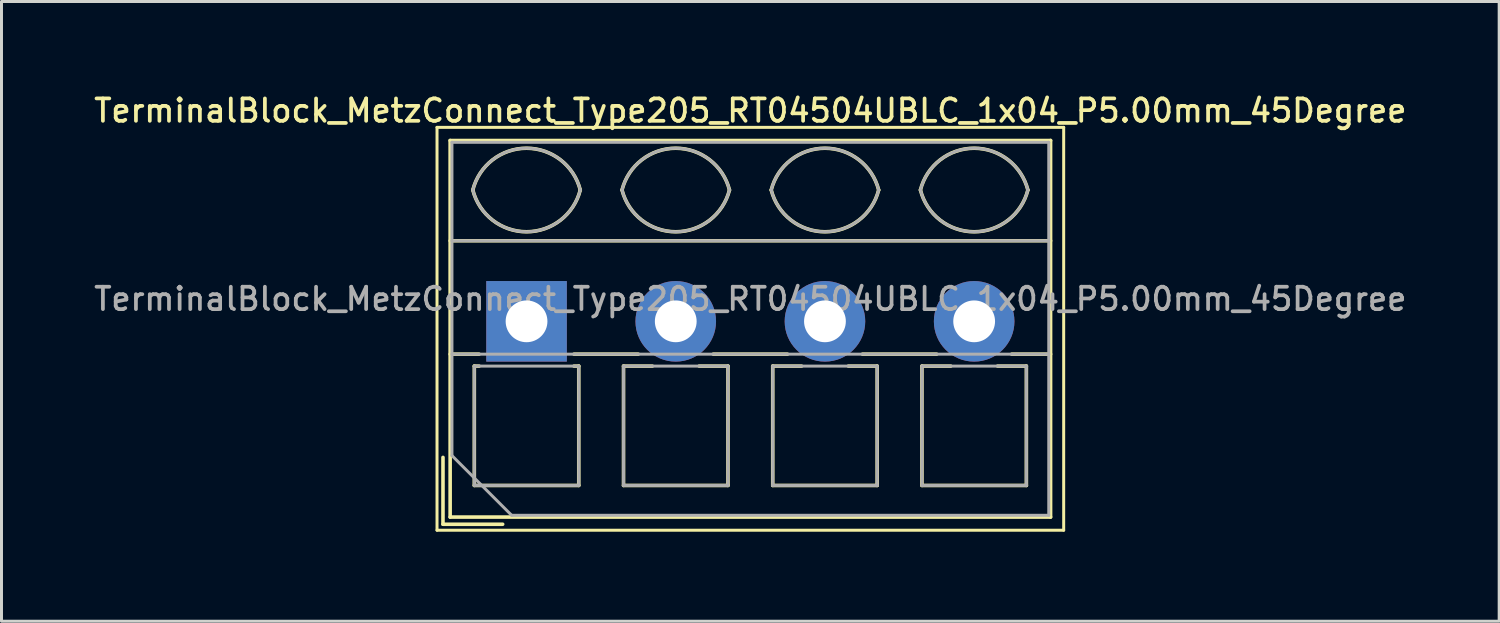
<source format=kicad_pcb>
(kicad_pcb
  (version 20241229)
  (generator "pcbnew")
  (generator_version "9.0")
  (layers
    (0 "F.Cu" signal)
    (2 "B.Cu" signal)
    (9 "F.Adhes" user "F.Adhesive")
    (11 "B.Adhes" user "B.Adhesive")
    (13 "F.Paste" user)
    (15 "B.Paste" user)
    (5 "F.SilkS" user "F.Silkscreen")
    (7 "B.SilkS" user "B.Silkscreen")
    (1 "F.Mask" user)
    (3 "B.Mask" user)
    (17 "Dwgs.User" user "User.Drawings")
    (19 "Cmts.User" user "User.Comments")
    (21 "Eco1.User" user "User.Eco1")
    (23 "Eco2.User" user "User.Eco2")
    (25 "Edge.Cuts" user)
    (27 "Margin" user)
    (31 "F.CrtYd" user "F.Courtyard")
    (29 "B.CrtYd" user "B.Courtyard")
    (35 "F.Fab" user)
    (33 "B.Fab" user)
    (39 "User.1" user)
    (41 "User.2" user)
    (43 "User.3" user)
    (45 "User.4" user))
  (footprint "TerminalBlock_MetzConnect_Type205_RT04504UBLC_1x04_P5.00mm_45Degree"
    (layer "F.Cu")
    (at 14.595 7.718)
    (property "Reference" "TerminalBlock_MetzConnect_Type205_RT04504UBLC_1x04_P5.00mm_45Degree" (at 7.5 -7.06 0) (layer "F.SilkS") (effects (font (size 0.75 0.75) (thickness 0.125))))
    (attr through_hole)
    (fp_line (start -3 -6.5) (end -3 7) (stroke (width 0.1) (type solid)) (layer "F.SilkS"))
    (fp_line (start -3 7) (end 18 7) (stroke (width 0.1) (type solid)) (layer "F.SilkS"))
    (fp_line (start -2.8 4.56) (end -2.8 6.8) (stroke (width 0.12) (type solid)) (layer "F.SilkS"))
    (fp_line (start -2.8 6.8) (end -0.8 6.8) (stroke (width 0.12) (type solid)) (layer "F.SilkS"))
    (fp_line (start -2.56 -6.06) (end -2.56 6.56) (stroke (width 0.12) (type solid)) (layer "F.SilkS"))
    (fp_line (start -2.56 -6.06) (end 17.561 -6.06) (stroke (width 0.12) (type solid)) (layer "F.SilkS"))
    (fp_line (start -2.56 -2.7) (end 17.561 -2.7) (stroke (width 0.12) (type solid)) (layer "F.SilkS"))
    (fp_line (start -2.56 1.1) (end -1.59 1.1) (stroke (width 0.12) (type solid)) (layer "F.SilkS"))
    (fp_line (start -2.56 6.56) (end 17.561 6.56) (stroke (width 0.12) (type solid)) (layer "F.SilkS"))
    (fp_line (start -1.75 1.5) (end -1.75 5.5) (stroke (width 0.12) (type solid)) (layer "F.SilkS"))
    (fp_line (start -1.75 1.5) (end -1.59 1.5) (stroke (width 0.12) (type solid)) (layer "F.SilkS"))
    (fp_line (start -1.75 5.5) (end 1.75 5.5) (stroke (width 0.12) (type solid)) (layer "F.SilkS"))
    (fp_line (start 1.59 1.1) (end 3.744 1.1) (stroke (width 0.12) (type solid)) (layer "F.SilkS"))
    (fp_line (start 1.59 1.5) (end 1.75 1.5) (stroke (width 0.12) (type solid)) (layer "F.SilkS"))
    (fp_line (start 1.75 1.5) (end 1.75 5.5) (stroke (width 0.12) (type solid)) (layer "F.SilkS"))
    (fp_line (start 3.25 1.5) (end 3.25 5.5) (stroke (width 0.12) (type solid)) (layer "F.SilkS"))
    (fp_line (start 3.25 1.5) (end 4.216 1.5) (stroke (width 0.12) (type solid)) (layer "F.SilkS"))
    (fp_line (start 3.25 5.5) (end 6.75 5.5) (stroke (width 0.12) (type solid)) (layer "F.SilkS"))
    (fp_line (start 5.785 1.5) (end 6.75 1.5) (stroke (width 0.12) (type solid)) (layer "F.SilkS"))
    (fp_line (start 6.257 1.1) (end 8.744 1.1) (stroke (width 0.12) (type solid)) (layer "F.SilkS"))
    (fp_line (start 6.75 1.5) (end 6.75 5.5) (stroke (width 0.12) (type solid)) (layer "F.SilkS"))
    (fp_line (start 8.25 1.5) (end 8.25 5.5) (stroke (width 0.12) (type solid)) (layer "F.SilkS"))
    (fp_line (start 8.25 1.5) (end 9.216 1.5) (stroke (width 0.12) (type solid)) (layer "F.SilkS"))
    (fp_line (start 8.25 5.5) (end 11.75 5.5) (stroke (width 0.12) (type solid)) (layer "F.SilkS"))
    (fp_line (start 10.785 1.5) (end 11.75 1.5) (stroke (width 0.12) (type solid)) (layer "F.SilkS"))
    (fp_line (start 11.257 1.1) (end 13.744 1.1) (stroke (width 0.12) (type solid)) (layer "F.SilkS"))
    (fp_line (start 11.75 1.5) (end 11.75 5.5) (stroke (width 0.12) (type solid)) (layer "F.SilkS"))
    (fp_line (start 13.25 1.5) (end 13.25 5.5) (stroke (width 0.12) (type solid)) (layer "F.SilkS"))
    (fp_line (start 13.25 1.5) (end 14.216 1.5) (stroke (width 0.12) (type solid)) (layer "F.SilkS"))
    (fp_line (start 13.25 5.5) (end 16.75 5.5) (stroke (width 0.12) (type solid)) (layer "F.SilkS"))
    (fp_line (start 15.785 1.5) (end 16.75 1.5) (stroke (width 0.12) (type solid)) (layer "F.SilkS"))
    (fp_line (start 16.257 1.1) (end 17.561 1.1) (stroke (width 0.12) (type solid)) (layer "F.SilkS"))
    (fp_line (start 16.75 1.5) (end 16.75 5.5) (stroke (width 0.12) (type solid)) (layer "F.SilkS"))
    (fp_line (start 17.561 -6.06) (end 17.561 6.56) (stroke (width 0.12) (type solid)) (layer "F.SilkS"))
    (fp_line (start 18 -6.5) (end -3 -6.5) (stroke (width 0.1) (type solid)) (layer "F.SilkS"))
    (fp_line (start 18 7) (end 18 -6.5) (stroke (width 0.1) (type solid)) (layer "F.SilkS"))
    (fp_arc (start -1.800846 -4.400605) (mid 0.000312 -5.801077) (end 1.801 -4.4) (stroke (width 0.12) (type solid)) (layer "F.SilkS"))
    (fp_arc (start 1.8 -4.4) (mid -0.000903 -3.000646) (end -1.800445 -4.401751) (stroke (width 0.12) (type solid)) (layer "F.SilkS"))
    (fp_arc (start 3.199154 -4.400605) (mid 5.000312 -5.801077) (end 6.801 -4.4) (stroke (width 0.12) (type solid)) (layer "F.SilkS"))
    (fp_arc (start 6.8 -4.4) (mid 4.999097 -3.000646) (end 3.199555 -4.401751) (stroke (width 0.12) (type solid)) (layer "F.SilkS"))
    (fp_arc (start 8.199154 -4.400605) (mid 10.000312 -5.801077) (end 11.801 -4.4) (stroke (width 0.12) (type solid)) (layer "F.SilkS"))
    (fp_arc (start 11.8 -4.4) (mid 9.999097 -3.000646) (end 8.199555 -4.401751) (stroke (width 0.12) (type solid)) (layer "F.SilkS"))
    (fp_arc (start 13.199154 -4.400605) (mid 15.000312 -5.801077) (end 16.801 -4.4) (stroke (width 0.12) (type solid)) (layer "F.SilkS"))
    (fp_arc (start 16.8 -4.4) (mid 14.999097 -3.000646) (end 13.199555 -4.401751) (stroke (width 0.12) (type solid)) (layer "F.SilkS"))
    (fp_line (start -2.5 -6) (end 17.5 -6) (stroke (width 0.1) (type solid)) (layer "F.Fab"))
    (fp_line (start -2.5 -2.7) (end 17.5 -2.7) (stroke (width 0.1) (type solid)) (layer "F.Fab"))
    (fp_line (start -2.5 1.1) (end 17.5 1.1) (stroke (width 0.1) (type solid)) (layer "F.Fab"))
    (fp_line (start -2.5 4.5) (end -2.5 -6) (stroke (width 0.1) (type solid)) (layer "F.Fab"))
    (fp_line (start -1.75 1.5) (end -1.75 5.5) (stroke (width 0.1) (type solid)) (layer "F.Fab"))
    (fp_line (start -1.75 5.5) (end 1.75 5.5) (stroke (width 0.1) (type solid)) (layer "F.Fab"))
    (fp_line (start -0.5 6.5) (end -2.5 4.5) (stroke (width 0.1) (type solid)) (layer "F.Fab"))
    (fp_line (start 1.75 1.5) (end -1.75 1.5) (stroke (width 0.1) (type solid)) (layer "F.Fab"))
    (fp_line (start 1.75 5.5) (end 1.75 1.5) (stroke (width 0.1) (type solid)) (layer "F.Fab"))
    (fp_line (start 3.25 1.5) (end 3.25 5.5) (stroke (width 0.1) (type solid)) (layer "F.Fab"))
    (fp_line (start 3.25 5.5) (end 6.75 5.5) (stroke (width 0.1) (type solid)) (layer "F.Fab"))
    (fp_line (start 6.75 1.5) (end 3.25 1.5) (stroke (width 0.1) (type solid)) (layer "F.Fab"))
    (fp_line (start 6.75 5.5) (end 6.75 1.5) (stroke (width 0.1) (type solid)) (layer "F.Fab"))
    (fp_line (start 8.25 1.5) (end 8.25 5.5) (stroke (width 0.1) (type solid)) (layer "F.Fab"))
    (fp_line (start 8.25 5.5) (end 11.75 5.5) (stroke (width 0.1) (type solid)) (layer "F.Fab"))
    (fp_line (start 11.75 1.5) (end 8.25 1.5) (stroke (width 0.1) (type solid)) (layer "F.Fab"))
    (fp_line (start 11.75 5.5) (end 11.75 1.5) (stroke (width 0.1) (type solid)) (layer "F.Fab"))
    (fp_line (start 13.25 1.5) (end 13.25 5.5) (stroke (width 0.1) (type solid)) (layer "F.Fab"))
    (fp_line (start 13.25 5.5) (end 16.75 5.5) (stroke (width 0.1) (type solid)) (layer "F.Fab"))
    (fp_line (start 16.75 1.5) (end 13.25 1.5) (stroke (width 0.1) (type solid)) (layer "F.Fab"))
    (fp_line (start 16.75 5.5) (end 16.75 1.5) (stroke (width 0.1) (type solid)) (layer "F.Fab"))
    (fp_line (start 17.5 -6) (end 17.5 6.5) (stroke (width 0.1) (type solid)) (layer "F.Fab"))
    (fp_line (start 17.5 6.5) (end -0.5 6.5) (stroke (width 0.1) (type solid)) (layer "F.Fab"))
    (fp_arc (start -1.800846 -4.400605) (mid 0.000312 -5.801077) (end 1.801 -4.4) (stroke (width 0.1) (type solid)) (layer "F.Fab"))
    (fp_arc (start 1.8 -4.4) (mid -0.000903 -3.000646) (end -1.800445 -4.401751) (stroke (width 0.1) (type solid)) (layer "F.Fab"))
    (fp_arc (start 3.199154 -4.400605) (mid 5.000312 -5.801077) (end 6.801 -4.4) (stroke (width 0.1) (type solid)) (layer "F.Fab"))
    (fp_arc (start 6.8 -4.4) (mid 4.999097 -3.000646) (end 3.199555 -4.401751) (stroke (width 0.1) (type solid)) (layer "F.Fab"))
    (fp_arc (start 8.199154 -4.400605) (mid 10.000312 -5.801077) (end 11.801 -4.4) (stroke (width 0.1) (type solid)) (layer "F.Fab"))
    (fp_arc (start 11.8 -4.4) (mid 9.999097 -3.000646) (end 8.199555 -4.401751) (stroke (width 0.1) (type solid)) (layer "F.Fab"))
    (fp_arc (start 13.199154 -4.400605) (mid 15.000312 -5.801077) (end 16.801 -4.4) (stroke (width 0.1) (type solid)) (layer "F.Fab"))
    (fp_arc (start 16.8 -4.4) (mid 14.999097 -3.000646) (end 13.199555 -4.401751) (stroke (width 0.1) (type solid)) (layer "F.Fab"))
    (fp_text user "${REFERENCE}" (at 7.5 -0.75 0) (layer "F.Fab") (effects (font (size 0.75 0.75) (thickness 0.125))))
    (pad "1" thru_hole rect (at 0 0) (size 2.7 2.7) (drill 1.4) (layers "*.Cu" "*.Mask"))
    (pad "2" thru_hole circle (at 5 0) (size 2.7 2.7) (drill 1.4) (layers "*.Cu" "*.Mask"))
    (pad "3" thru_hole circle (at 10 0) (size 2.7 2.7) (drill 1.4) (layers "*.Cu" "*.Mask"))
    (pad "4" thru_hole circle (at 15 0) (size 2.7 2.7) (drill 1.4) (layers "*.Cu" "*.Mask")))
  (gr_rect
    (start -3 -3)
    (end 47.189 17.768)
    (stroke (width 0.1) (type default))
    (fill no)
    (layer "Edge.Cuts")))
</source>
